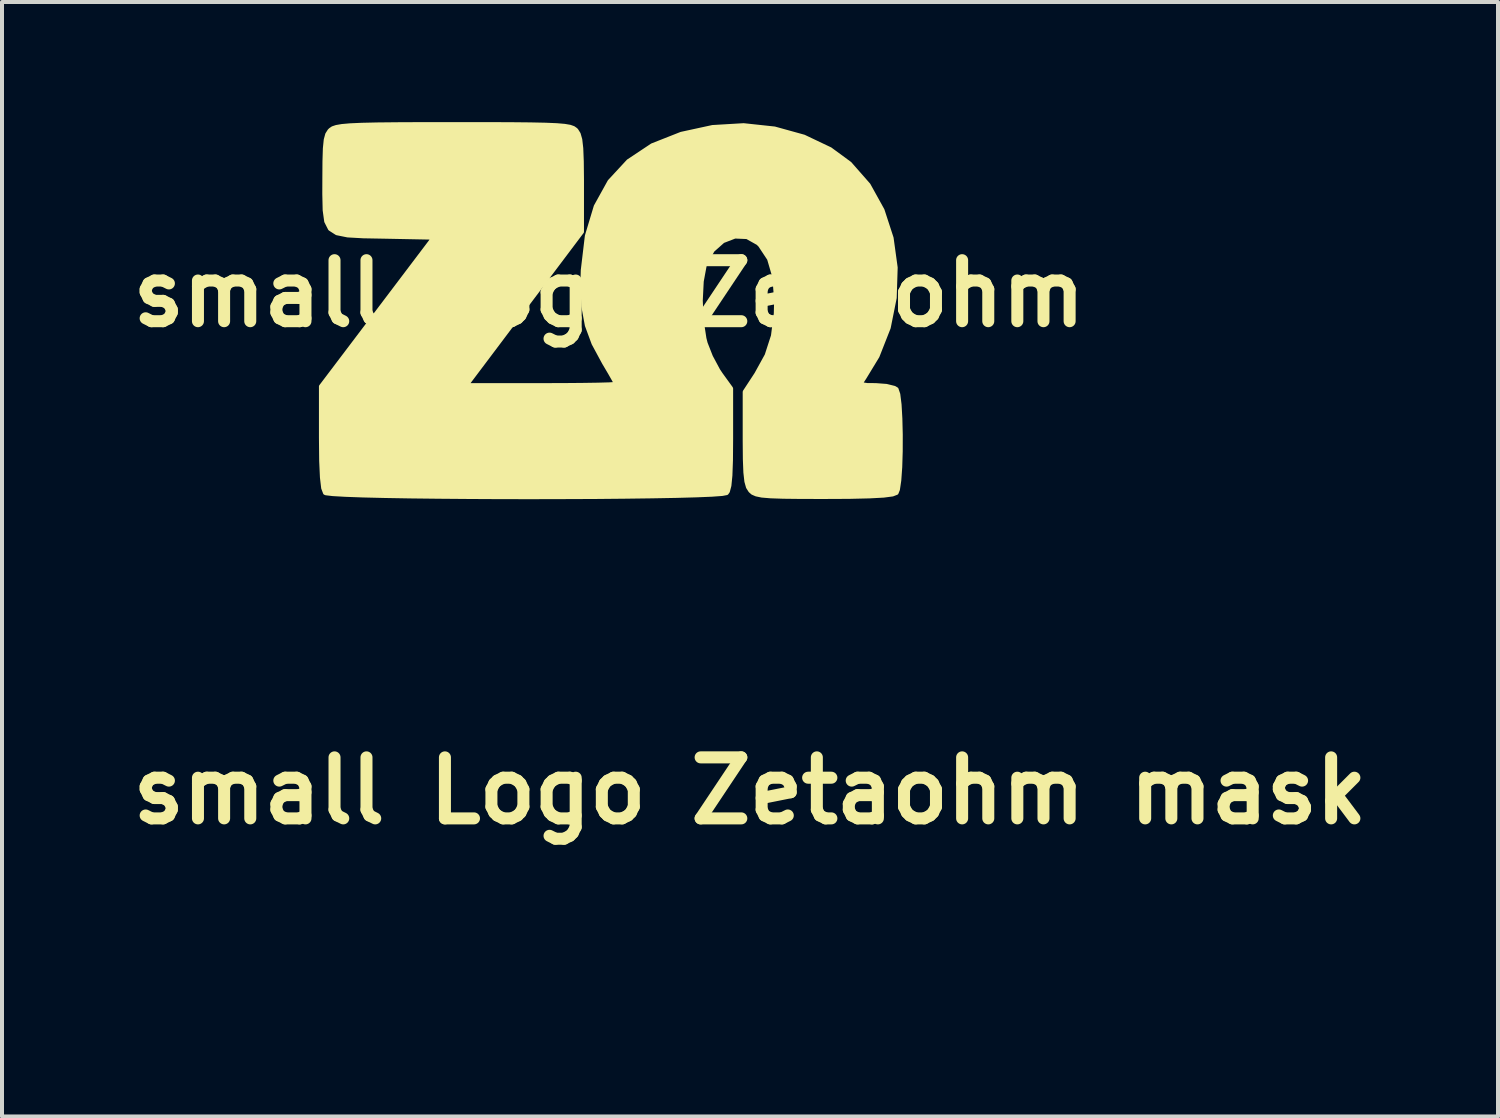
<source format=kicad_pcb>
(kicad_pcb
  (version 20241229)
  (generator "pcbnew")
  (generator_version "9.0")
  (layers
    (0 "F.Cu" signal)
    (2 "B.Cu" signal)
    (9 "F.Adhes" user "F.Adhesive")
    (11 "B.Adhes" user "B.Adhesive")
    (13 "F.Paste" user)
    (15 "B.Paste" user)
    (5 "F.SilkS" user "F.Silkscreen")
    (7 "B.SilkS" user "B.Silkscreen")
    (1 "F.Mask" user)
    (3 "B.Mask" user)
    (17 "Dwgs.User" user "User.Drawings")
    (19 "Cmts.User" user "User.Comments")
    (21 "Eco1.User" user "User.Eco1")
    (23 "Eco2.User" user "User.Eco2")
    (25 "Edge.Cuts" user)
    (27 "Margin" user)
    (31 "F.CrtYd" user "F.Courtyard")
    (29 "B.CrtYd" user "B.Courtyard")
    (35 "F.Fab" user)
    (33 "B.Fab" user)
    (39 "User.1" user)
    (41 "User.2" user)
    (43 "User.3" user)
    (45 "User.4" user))
  (footprint "small Logo Zetaohm"
    (layer "F.Cu")
    (at 12.163 4.283)
    (property "Reference" "small Logo Zetaohm" (at 0 0 0) (layer "F.SilkS") (effects (font (size 1.524 1.524) (thickness 0.3))))
    (attr through_hole)
    (fp_poly (pts (xy 7.285 3.522) (xy 7.284 3.939) (xy 7.272 4.332) (xy 7.248 4.664) (xy 7.214 4.894) (xy 7.18 4.978) (xy 7.079 5.017) (xy 6.857 5.046) (xy 6.501 5.065) (xy 5.999 5.077) (xy 5.373 5.08) (xy 4.788 5.079) (xy 4.35 5.074) (xy 4.034 5.063) (xy 3.817 5.045) (xy 3.676 5.016) (xy 3.586 4.977) (xy 3.527 4.925) (xy 3.469 4.834) (xy 3.429 4.691) (xy 3.404 4.468) (xy 3.391 4.136) (xy 3.387 3.667) (xy 3.387 3.612) (xy 3.387 2.453) (xy 3.677 2.01) (xy 3.936 1.54) (xy 4.093 1.054) (xy 4.164 0.497) (xy 4.172 0.169) (xy 4.128 -0.414) (xy 3.996 -0.866) (xy 3.771 -1.206) (xy 3.719 -1.258) (xy 3.445 -1.412) (xy 3.143 -1.425) (xy 2.845 -1.31) (xy 2.588 -1.082) (xy 2.406 -0.755) (xy 2.386 -0.694) (xy 2.314 -0.305) (xy 2.29 0.174) (xy 2.313 0.673) (xy 2.381 1.119) (xy 2.412 1.241) (xy 2.544 1.577) (xy 2.725 1.915) (xy 2.793 2.017) (xy 3.048 2.369) (xy 3.048 3.63) (xy 3.044 4.161) (xy 3.03 4.543) (xy 3.005 4.795) (xy 2.967 4.94) (xy 2.936 4.983) (xy 2.827 5.004) (xy 2.568 5.023) (xy 2.177 5.039) (xy 1.672 5.053) (xy 1.072 5.064) (xy 0.394 5.073) (xy -0.342 5.08) (xy -1.118 5.083) (xy -1.917 5.085) (xy -2.719 5.084) (xy -3.507 5.08) (xy -4.262 5.074) (xy -4.965 5.066) (xy -5.599 5.055) (xy -6.145 5.042) (xy -6.584 5.026) (xy -6.898 5.008) (xy -7.07 4.988) (xy -7.095 4.978) (xy -7.141 4.857) (xy -7.172 4.593) (xy -7.191 4.176) (xy -7.197 3.6) (xy -7.197 3.598) (xy -7.197 2.318) (xy -5.791 0.461) (xy -4.385 -1.397) (xy -5.596 -1.421) (xy -6.136 -1.431) (xy -6.53 -1.453) (xy -6.801 -1.508) (xy -6.971 -1.617) (xy -7.065 -1.802) (xy -7.104 -2.084) (xy -7.113 -2.485) (xy -7.112 -2.836) (xy -7.109 -3.301) (xy -7.099 -3.626) (xy -7.077 -3.842) (xy -7.04 -3.979) (xy -6.984 -4.067) (xy -6.957 -4.093) (xy -6.901 -4.131) (xy -6.812 -4.161) (xy -6.673 -4.185) (xy -6.468 -4.203) (xy -6.179 -4.216) (xy -5.789 -4.225) (xy -5.28 -4.23) (xy -4.635 -4.233) (xy -3.88 -4.233) (xy -3.096 -4.233) (xy -2.464 -4.231) (xy -1.967 -4.226) (xy -1.587 -4.218) (xy -1.307 -4.206) (xy -1.109 -4.189) (xy -0.976 -4.166) (xy -0.891 -4.136) (xy -0.837 -4.098) (xy -0.817 -4.079) (xy -0.76 -3.988) (xy -0.72 -3.848) (xy -0.695 -3.629) (xy -0.682 -3.303) (xy -0.677 -2.841) (xy -0.677 -2.733) (xy -0.677 -1.543) (xy -2.119 0.372) (xy -3.56 2.286) (xy -1.695 2.286) (xy -1.154 2.285) (xy -0.674 2.281) (xy -0.281 2.275) (xy 0.003 2.267) (xy 0.152 2.258) (xy 0.169 2.254) (xy 0.129 2.171) (xy 0.023 1.984) (xy -0.126 1.732) (xy -0.13 1.725) (xy -0.388 1.247) (xy -0.555 0.795) (xy -0.644 0.316) (xy -0.667 -0.246) (xy -0.657 -0.586) (xy -0.555 -1.442) (xy -0.333 -2.18) (xy 0.011 -2.801) (xy 0.48 -3.308) (xy 1.076 -3.704) (xy 1.801 -3.99) (xy 2.583 -4.16) (xy 3.36 -4.206) (xy 4.133 -4.123) (xy 4.866 -3.92) (xy 5.524 -3.607) (xy 6.013 -3.248) (xy 6.481 -2.715) (xy 6.829 -2.087) (xy 7.056 -1.39) (xy 7.158 -0.65) (xy 7.134 0.106) (xy 6.984 0.853) (xy 6.704 1.565) (xy 6.382 2.095) (xy 6.308 2.209) (xy 6.319 2.265) (xy 6.445 2.284) (xy 6.661 2.286) (xy 6.926 2.306) (xy 7.125 2.355) (xy 7.18 2.388) (xy 7.223 2.514) (xy 7.255 2.771) (xy 7.275 3.12) (xy 7.285 3.522)) (stroke (width 0.1) (type solid)) (fill yes) (layer "F.SilkS")))
  (footprint "small Logo Zetaohm mask"
    (layer "F.Cu")
    (at 15.683 16.701)
    (property "Reference" "small Logo Zetaohm mask" (at 0 0 0) (layer "F.SilkS") (effects (font (size 1.524 1.524) (thickness 0.3))))
    (attr through_hole)
    (fp_poly (pts (xy 7.285 3.522) (xy 7.284 3.939) (xy 7.272 4.332) (xy 7.248 4.664) (xy 7.214 4.894) (xy 7.18 4.978) (xy 7.079 5.017) (xy 6.857 5.046) (xy 6.501 5.065) (xy 5.999 5.077) (xy 5.373 5.08) (xy 4.788 5.079) (xy 4.35 5.074) (xy 4.034 5.063) (xy 3.817 5.045) (xy 3.676 5.016) (xy 3.586 4.977) (xy 3.527 4.925) (xy 3.469 4.834) (xy 3.429 4.691) (xy 3.404 4.468) (xy 3.391 4.136) (xy 3.387 3.667) (xy 3.387 3.612) (xy 3.387 2.453) (xy 3.677 2.01) (xy 3.936 1.54) (xy 4.093 1.054) (xy 4.164 0.497) (xy 4.172 0.169) (xy 4.128 -0.414) (xy 3.996 -0.866) (xy 3.771 -1.206) (xy 3.719 -1.258) (xy 3.445 -1.412) (xy 3.143 -1.425) (xy 2.845 -1.31) (xy 2.588 -1.082) (xy 2.406 -0.755) (xy 2.386 -0.694) (xy 2.314 -0.305) (xy 2.29 0.174) (xy 2.313 0.673) (xy 2.381 1.119) (xy 2.412 1.241) (xy 2.544 1.577) (xy 2.725 1.915) (xy 2.793 2.017) (xy 3.048 2.369) (xy 3.048 3.63) (xy 3.044 4.161) (xy 3.03 4.543) (xy 3.005 4.795) (xy 2.967 4.94) (xy 2.936 4.983) (xy 2.827 5.004) (xy 2.568 5.023) (xy 2.177 5.039) (xy 1.672 5.053) (xy 1.072 5.064) (xy 0.394 5.073) (xy -0.342 5.08) (xy -1.118 5.083) (xy -1.917 5.085) (xy -2.719 5.084) (xy -3.507 5.08) (xy -4.262 5.074) (xy -4.965 5.066) (xy -5.599 5.055) (xy -6.145 5.042) (xy -6.584 5.026) (xy -6.898 5.008) (xy -7.07 4.988) (xy -7.095 4.978) (xy -7.141 4.857) (xy -7.172 4.593) (xy -7.191 4.176) (xy -7.197 3.6) (xy -7.197 3.598) (xy -7.197 2.318) (xy -5.791 0.461) (xy -4.385 -1.397) (xy -5.596 -1.421) (xy -6.136 -1.431) (xy -6.53 -1.453) (xy -6.801 -1.508) (xy -6.971 -1.617) (xy -7.065 -1.802) (xy -7.104 -2.084) (xy -7.113 -2.485) (xy -7.112 -2.836) (xy -7.109 -3.301) (xy -7.099 -3.626) (xy -7.077 -3.842) (xy -7.04 -3.979) (xy -6.984 -4.067) (xy -6.957 -4.093) (xy -6.901 -4.131) (xy -6.812 -4.161) (xy -6.673 -4.185) (xy -6.468 -4.203) (xy -6.179 -4.216) (xy -5.789 -4.225) (xy -5.28 -4.23) (xy -4.635 -4.233) (xy -3.88 -4.233) (xy -3.096 -4.233) (xy -2.464 -4.231) (xy -1.967 -4.226) (xy -1.587 -4.218) (xy -1.307 -4.206) (xy -1.109 -4.189) (xy -0.976 -4.166) (xy -0.891 -4.136) (xy -0.837 -4.098) (xy -0.817 -4.079) (xy -0.76 -3.988) (xy -0.72 -3.848) (xy -0.695 -3.629) (xy -0.682 -3.303) (xy -0.677 -2.841) (xy -0.677 -2.733) (xy -0.677 -1.543) (xy -2.119 0.372) (xy -3.56 2.286) (xy -1.695 2.286) (xy -1.154 2.285) (xy -0.674 2.281) (xy -0.281 2.275) (xy 0.003 2.267) (xy 0.152 2.258) (xy 0.169 2.254) (xy 0.129 2.171) (xy 0.023 1.984) (xy -0.126 1.732) (xy -0.13 1.725) (xy -0.388 1.247) (xy -0.555 0.795) (xy -0.644 0.316) (xy -0.667 -0.246) (xy -0.657 -0.586) (xy -0.555 -1.442) (xy -0.333 -2.18) (xy 0.011 -2.801) (xy 0.48 -3.308) (xy 1.076 -3.704) (xy 1.801 -3.99) (xy 2.583 -4.16) (xy 3.36 -4.206) (xy 4.133 -4.123) (xy 4.866 -3.92) (xy 5.524 -3.607) (xy 6.013 -3.248) (xy 6.481 -2.715) (xy 6.829 -2.087) (xy 7.056 -1.39) (xy 7.158 -0.65) (xy 7.134 0.106) (xy 6.984 0.853) (xy 6.704 1.565) (xy 6.382 2.095) (xy 6.308 2.209) (xy 6.319 2.265) (xy 6.445 2.284) (xy 6.661 2.286) (xy 6.926 2.306) (xy 7.125 2.355) (xy 7.18 2.388) (xy 7.223 2.514) (xy 7.255 2.771) (xy 7.275 3.12) (xy 7.285 3.522)) (stroke (width 0.1) (type solid)) (fill yes) (layer "F.Mask")))
  (gr_rect
    (start -3 -3)
    (end 34.365 24.836)
    (stroke (width 0.1) (type default))
    (fill no)
    (layer "Edge.Cuts")))
</source>
